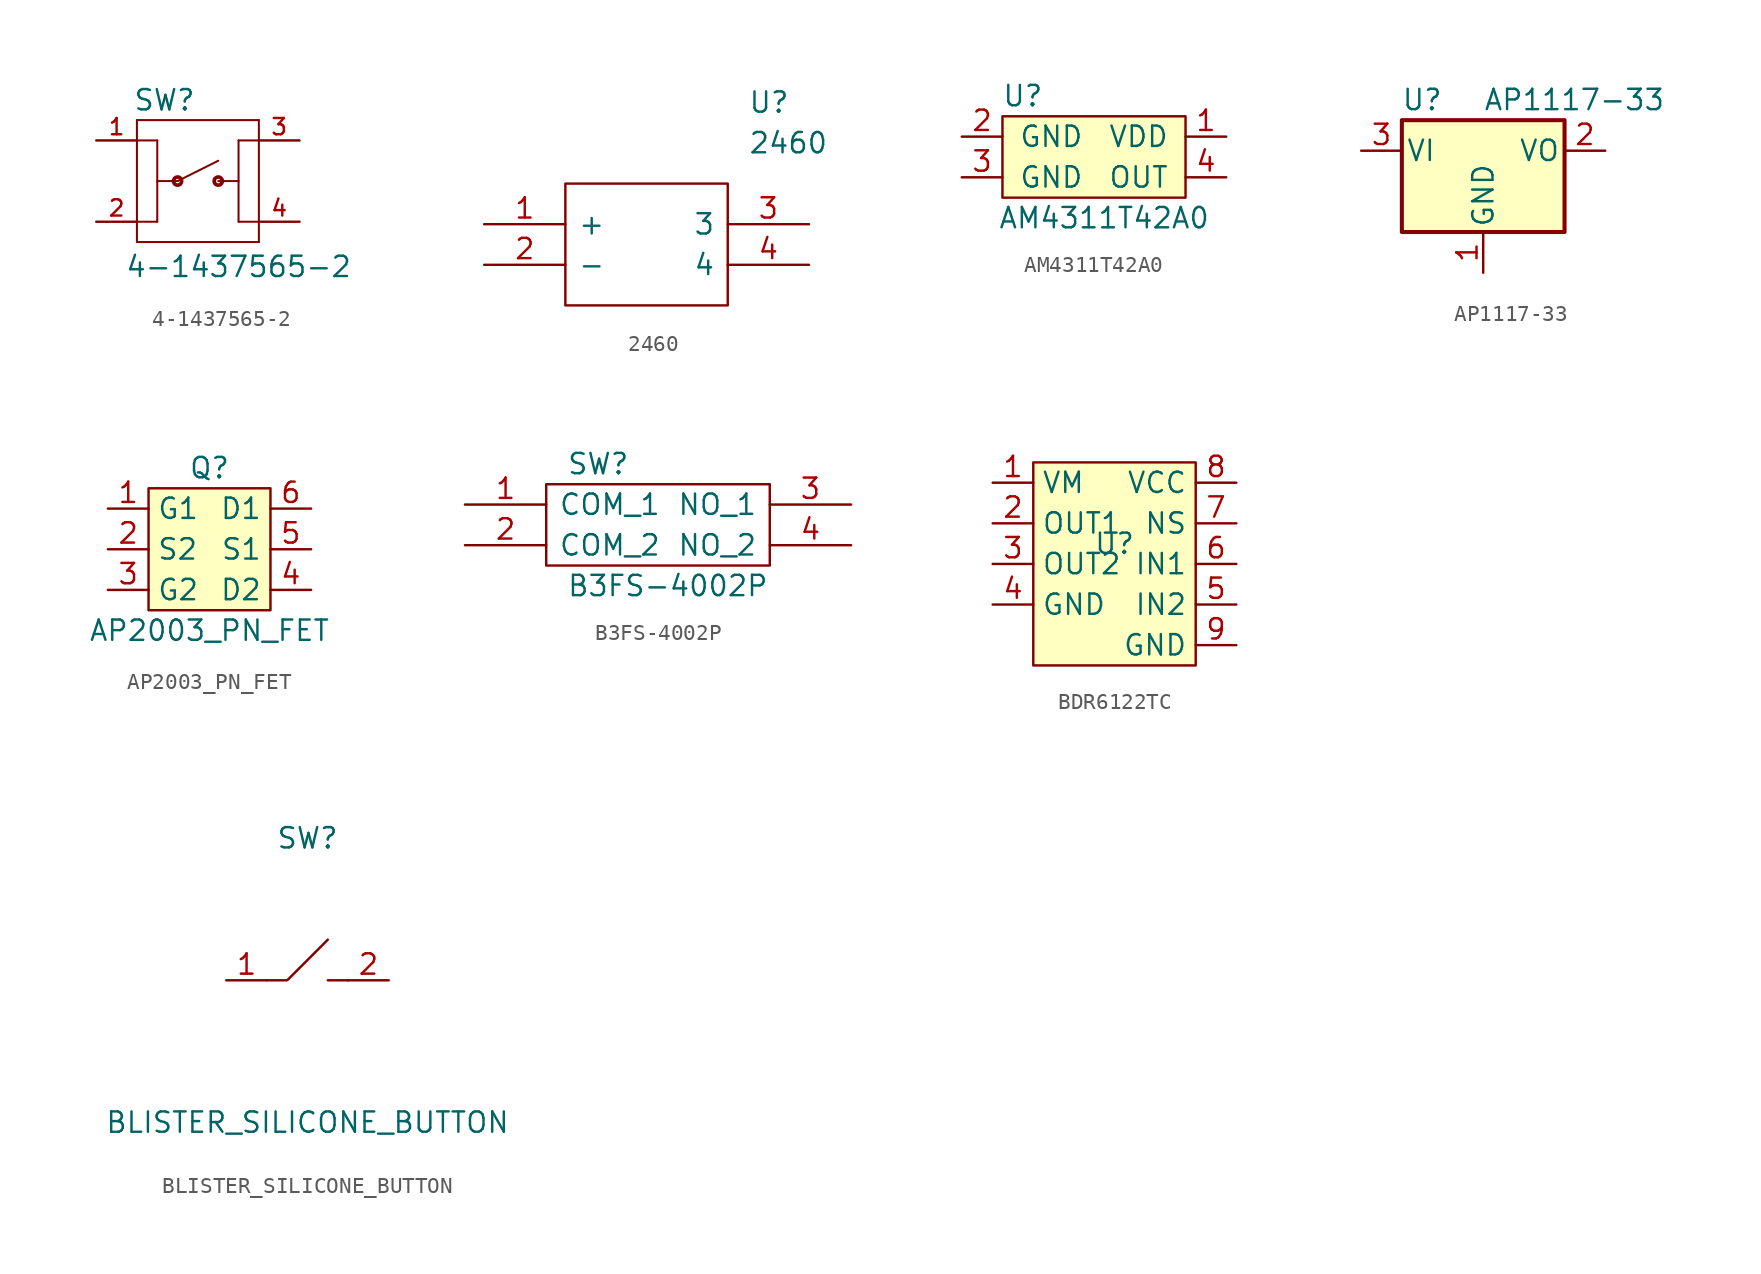
<source format=kicad_sym>
(kicad_symbol_lib
  (version 20220914)
  (generator kicad_symbol_editor)
  (symbol "4-1437565-2"
    (pin_names
      (offset 1.016) hide)
    (property "Reference" "SW"
      (at -4.064 4.318 0)
      (effects (font (size 1.27 1.27)) (justify left bottom)))
    (property "Value" "4-1437565-2"
      (at -4.572 -6.096 0)
      (effects (font (size 1.27 1.27)) (justify left bottom)))
    (symbol "4-1437565-2_0_0"
      (circle (center -1.27 0) (radius 0.254) (stroke (width 0.229) (type default)) (fill (type none)))
      (polyline (pts (xy -3.81 -3.81) (xy 3.81 -3.81)) (stroke (width 0.127) (type default)) (fill (type none)))
      (polyline (pts (xy -3.81 -2.54) (xy -3.81 -3.81)) (stroke (width 0.127) (type default)) (fill (type none)))
      (polyline (pts (xy -3.81 2.54) (xy -3.81 -2.54)) (stroke (width 0.127) (type default)) (fill (type none)))
      (polyline (pts (xy -3.81 2.54) (xy -2.54 2.54)) (stroke (width 0.127) (type default)) (fill (type none)))
      (polyline (pts (xy -3.81 3.81) (xy -3.81 2.54)) (stroke (width 0.127) (type default)) (fill (type none)))
      (polyline (pts (xy -3.81 3.81) (xy 3.81 3.81)) (stroke (width 0.127) (type default)) (fill (type none)))
      (polyline (pts (xy -2.54 -2.54) (xy -3.81 -2.54)) (stroke (width 0.127) (type default)) (fill (type none)))
      (polyline (pts (xy -2.54 0) (xy -1.27 0)) (stroke (width 0.127) (type default)) (fill (type none)))
      (polyline (pts (xy -2.54 2.54) (xy -2.54 -2.54)) (stroke (width 0.127) (type default)) (fill (type none)))
      (polyline (pts (xy -1.27 0) (xy 1.27 1.27)) (stroke (width 0.127) (type default)) (fill (type none)))
      (polyline (pts (xy 1.27 0) (xy 2.54 0)) (stroke (width 0.127) (type default)) (fill (type none)))
      (polyline (pts (xy 2.54 -2.54) (xy 3.81 -2.54)) (stroke (width 0.127) (type default)) (fill (type none)))
      (polyline (pts (xy 2.54 2.54) (xy 2.54 -2.54)) (stroke (width 0.127) (type default)) (fill (type none)))
      (polyline (pts (xy 3.81 -2.54) (xy 3.81 -3.81)) (stroke (width 0.127) (type default)) (fill (type none)))
      (polyline (pts (xy 3.81 2.54) (xy 2.54 2.54)) (stroke (width 0.127) (type default)) (fill (type none)))
      (polyline (pts (xy 3.81 2.54) (xy 3.81 -2.54)) (stroke (width 0.127) (type default)) (fill (type none)))
      (polyline (pts (xy 3.81 3.81) (xy 3.81 2.54)) (stroke (width 0.127) (type default)) (fill (type none)))
      (circle (center 1.27 0) (radius 0.254) (stroke (width 0.229) (type default)) (fill (type none)))
      (pin passive line (at -6.35 2.54 0) (length 2.54) (name "1" (effects (font (size 1.016 1.016)))) (number "1" (effects (font (size 1.016 1.016)))))
      (pin passive line (at -6.35 -2.54 0) (length 2.54) (name "2" (effects (font (size 1.016 1.016)))) (number "2" (effects (font (size 1.016 1.016)))))
      (pin passive line (at 6.35 2.54 180) (length 2.54) (name "3" (effects (font (size 1.016 1.016)))) (number "3" (effects (font (size 1.016 1.016)))))
      (pin passive line (at 6.35 -2.54 180) (length 2.54) (name "4" (effects (font (size 1.016 1.016)))) (number "4" (effects (font (size 1.016 1.016)))))))
  (symbol "2460"
    (pin_names
      (offset 0.762))
    (property "Reference" "U"
      (at 16.51 7.62 0)
      (effects (font (size 1.27 1.27)) (justify left)))
    (property "Value" "2460"
      (at 16.51 5.08 0)
      (effects (font (size 1.27 1.27)) (justify left)))
    (symbol "2460_0_0"
      (pin bidirectional line (at 0 0 0) (length 5.08) (name "+" (effects (font (size 1.27 1.27)))) (number "1" (effects (font (size 1.27 1.27)))))
      (pin bidirectional line (at 0 -2.54 0) (length 5.08) (name "-" (effects (font (size 1.27 1.27)))) (number "2" (effects (font (size 1.27 1.27)))))
      (pin bidirectional line (at 20.32 0 180) (length 5.08) (name "3" (effects (font (size 1.27 1.27)))) (number "3" (effects (font (size 1.27 1.27)))))
      (pin bidirectional line (at 20.32 -2.54 180) (length 5.08) (name "4" (effects (font (size 1.27 1.27)))) (number "4" (effects (font (size 1.27 1.27))))))
    (symbol "2460_0_1"
      (polyline (pts (xy 5.08 2.54) (xy 15.24 2.54) (xy 15.24 -5.08) (xy 5.08 -5.08) (xy 5.08 2.54)) (stroke (width 0.152) (type default)) (fill (type none)))))
  (symbol "AM4311T42A0"
    (pin_names
      (offset 1.016))
    (property "Reference" "U"
      (at -5.08 -1.27 0)
      (effects (font (size 1.27 1.27))))
    (property "Value" "AM4311T42A0"
      (at 0 -8.89 0)
      (effects (font (size 1.27 1.27))))
    (symbol "AM4311T42A0_0_1"
      (rectangle (start -6.35 -2.54) (end 5.08 -7.62) (stroke (width 0) (type default)) (fill (type background))))
    (symbol "AM4311T42A0_1_1"
      (pin input line (at 7.62 -3.81 180) (length 2.54) (name "VDD" (effects (font (size 1.27 1.27)))) (number "1" (effects (font (size 1.27 1.27)))))
      (pin input line (at -8.89 -3.81 0) (length 2.54) (name "GND" (effects (font (size 1.27 1.27)))) (number "2" (effects (font (size 1.27 1.27)))))
      (pin input line (at -8.89 -6.35 0) (length 2.54) (name "GND" (effects (font (size 1.27 1.27)))) (number "3" (effects (font (size 1.27 1.27)))))
      (pin input line (at 7.62 -6.35 180) (length 2.54) (name "OUT" (effects (font (size 1.27 1.27)))) (number "4" (effects (font (size 1.27 1.27)))))))
  (symbol "AP1117-33"
    (pin_names
      (offset 0.254))
    (property "Reference" "U"
      (at -3.81 3.175 0)
      (effects (font (size 1.27 1.27))))
    (property "Value" "AP1117-33"
      (at 0 3.175 0)
      (effects (font (size 1.27 1.27)) (justify left)))
    (symbol "AP1117-33_0_1"
      (rectangle (start -5.08 -5.08) (end 5.08 1.905) (stroke (width 0.254) (type default)) (fill (type background))))
    (symbol "AP1117-33_1_1"
      (pin power_in line (at 0 -7.62 90) (length 2.54) (name "GND" (effects (font (size 1.27 1.27)))) (number "1" (effects (font (size 1.27 1.27)))))
      (pin power_out line (at 7.62 0 180) (length 2.54) (name "VO" (effects (font (size 1.27 1.27)))) (number "2" (effects (font (size 1.27 1.27)))))
      (pin power_in line (at -7.62 0 0) (length 2.54) (name "VI" (effects (font (size 1.27 1.27)))) (number "3" (effects (font (size 1.27 1.27)))))))
  (symbol "AP2003_PN_FET"
    (property "Reference" "Q"
      (at 0 5.08 0)
      (effects (font (size 1.27 1.27))))
    (property "Value" "AP2003_PN_FET"
      (at 0 -5.08 0)
      (effects (font (size 1.27 1.27))))
    (symbol "AP2003_PN_FET_0_1"
      (rectangle (start -3.81 3.81) (end 3.81 -3.81) (stroke (width 0) (type default)) (fill (type background))))
    (symbol "AP2003_PN_FET_1_1"
      (pin input line (at -6.35 2.54 0) (length 2.54) (name "G1" (effects (font (size 1.27 1.27)))) (number "1" (effects (font (size 1.27 1.27)))))
      (pin bidirectional line (at -6.35 0 0) (length 2.54) (name "S2" (effects (font (size 1.27 1.27)))) (number "2" (effects (font (size 1.27 1.27)))))
      (pin input line (at -6.35 -2.54 0) (length 2.54) (name "G2" (effects (font (size 1.27 1.27)))) (number "3" (effects (font (size 1.27 1.27)))))
      (pin bidirectional line (at 6.35 -2.54 180) (length 2.54) (name "D2" (effects (font (size 1.27 1.27)))) (number "4" (effects (font (size 1.27 1.27)))))
      (pin bidirectional line (at 6.35 0 180) (length 2.54) (name "S1" (effects (font (size 1.27 1.27)))) (number "5" (effects (font (size 1.27 1.27)))))
      (pin bidirectional line (at 6.35 2.54 180) (length 2.54) (name "D1" (effects (font (size 1.27 1.27)))) (number "6" (effects (font (size 1.27 1.27)))))))
  (symbol "B3FS-4002P"
    (pin_names
      (offset 0.762))
    (property "Reference" "SW"
      (at 6.35 2.54 0)
      (effects (font (size 1.27 1.27)) (justify left)))
    (property "Value" "B3FS-4002P"
      (at 6.35 -5.08 0)
      (effects (font (size 1.27 1.27)) (justify left)))
    (symbol "B3FS-4002P_0_0"
      (pin bidirectional line (at 0 0 0) (length 5.08) (name "COM_1" (effects (font (size 1.27 1.27)))) (number "1" (effects (font (size 1.27 1.27)))))
      (pin bidirectional line (at 0 -2.54 0) (length 5.08) (name "COM_2" (effects (font (size 1.27 1.27)))) (number "2" (effects (font (size 1.27 1.27)))))
      (pin bidirectional line (at 24.13 0 180) (length 5.08) (name "NO_1" (effects (font (size 1.27 1.27)))) (number "3" (effects (font (size 1.27 1.27)))))
      (pin bidirectional line (at 24.13 -2.54 180) (length 5.08) (name "NO_2" (effects (font (size 1.27 1.27)))) (number "4" (effects (font (size 1.27 1.27))))))
    (symbol "B3FS-4002P_0_1"
      (rectangle (start 5.08 1.27) (end 19.05 -3.81) (stroke (width 0) (type default)) (fill (type none)))))
  (symbol "BDR6122TC"
    (property "Reference" "U"
      (at 0 0 0)
      (effects (font (size 1.27 1.27))))
    (property "Value" ""
      (at 0 0 0)
      (effects (font (size 1.27 1.27))))
    (symbol "BDR6122TC_1_1"
      (rectangle (start -5.08 5.08) (end 5.08 -7.62) (stroke (width 0) (type default)) (fill (type background)))
      (pin bidirectional line (at -7.62 3.81 0) (length 2.54) (name "VM" (effects (font (size 1.27 1.27)))) (number "1" (effects (font (size 1.27 1.27)))))
      (pin bidirectional line (at -7.62 1.27 0) (length 2.54) (name "OUT1" (effects (font (size 1.27 1.27)))) (number "2" (effects (font (size 1.27 1.27)))))
      (pin bidirectional line (at -7.62 -1.27 0) (length 2.54) (name "OUT2" (effects (font (size 1.27 1.27)))) (number "3" (effects (font (size 1.27 1.27)))))
      (pin bidirectional line (at -7.62 -3.81 0) (length 2.54) (name "GND" (effects (font (size 1.27 1.27)))) (number "4" (effects (font (size 1.27 1.27)))))
      (pin bidirectional line (at 7.62 -3.81 180) (length 2.54) (name "IN2" (effects (font (size 1.27 1.27)))) (number "5" (effects (font (size 1.27 1.27)))))
      (pin bidirectional line (at 7.62 -1.27 180) (length 2.54) (name "IN1" (effects (font (size 1.27 1.27)))) (number "6" (effects (font (size 1.27 1.27)))))
      (pin bidirectional line (at 7.62 1.27 180) (length 2.54) (name "NS" (effects (font (size 1.27 1.27)))) (number "7" (effects (font (size 1.27 1.27)))))
      (pin bidirectional line (at 7.62 3.81 180) (length 2.54) (name "VCC" (effects (font (size 1.27 1.27)))) (number "8" (effects (font (size 1.27 1.27)))))
      (pin bidirectional line (at 7.62 -6.35 180) (length 2.54) (name "GND" (effects (font (size 1.27 1.27)))) (number "9" (effects (font (size 1.27 1.27)))))))
  (symbol "BLISTER_SILICONE_BUTTON"
    (property "Reference" "SW"
      (at 0 8.89 0)
      (effects (font (size 1.27 1.27))))
    (property "Value" "BLISTER_SILICONE_BUTTON"
      (at 0 -8.89 0)
      (effects (font (size 1.27 1.27))))
    (symbol "BLISTER_SILICONE_BUTTON_0_1"
      (polyline (pts (xy 2.54 0) (xy 1.27 0)) (stroke (width 0) (type default)) (fill (type none)))
      (polyline (pts (xy -2.54 0) (xy -1.27 0) (xy 1.27 2.54)) (stroke (width 0) (type default)) (fill (type none))))
    (symbol "BLISTER_SILICONE_BUTTON_1_1"
      (pin bidirectional line (at -5.08 0 0) (length 2.54) (name "" (effects (font (size 1.27 1.27)))) (number "1" (effects (font (size 1.27 1.27)))))
      (pin bidirectional line (at 5.08 0 180) (length 2.54) (name "" (effects (font (size 1.27 1.27)))) (number "2" (effects (font (size 1.27 1.27))))))))
</source>
